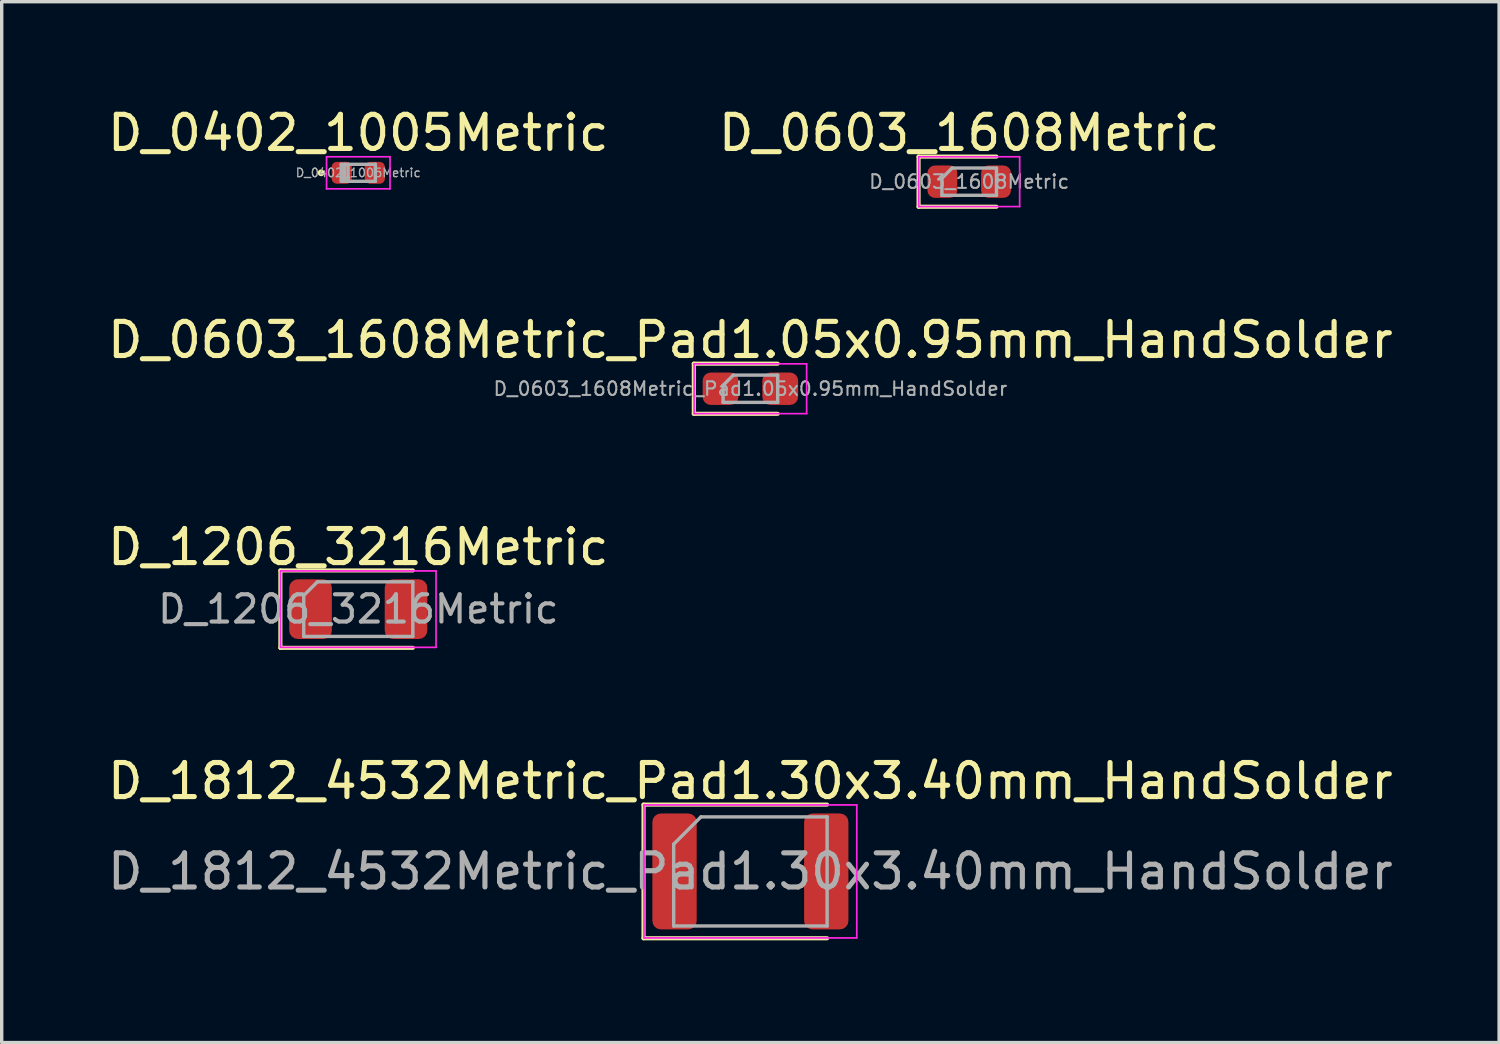
<source format=kicad_pcb>
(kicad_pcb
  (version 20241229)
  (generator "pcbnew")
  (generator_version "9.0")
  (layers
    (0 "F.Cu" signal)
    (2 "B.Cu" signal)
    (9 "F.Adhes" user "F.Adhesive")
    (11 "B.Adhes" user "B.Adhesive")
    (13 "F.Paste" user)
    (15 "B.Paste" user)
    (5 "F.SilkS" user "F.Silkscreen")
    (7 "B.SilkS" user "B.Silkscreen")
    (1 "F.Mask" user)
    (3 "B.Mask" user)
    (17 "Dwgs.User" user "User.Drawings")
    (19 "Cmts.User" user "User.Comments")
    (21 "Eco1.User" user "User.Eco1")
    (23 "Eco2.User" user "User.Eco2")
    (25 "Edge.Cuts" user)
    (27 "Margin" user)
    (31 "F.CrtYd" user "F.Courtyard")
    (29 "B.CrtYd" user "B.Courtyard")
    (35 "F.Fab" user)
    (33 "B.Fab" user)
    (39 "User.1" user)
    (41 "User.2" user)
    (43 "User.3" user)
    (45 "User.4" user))
  (footprint "D_1812_4532Metric_Pad1.30x3.40mm_HandSolder"
    (layer "F.Cu")
    (at 18.958 22.508)
    (property "Reference" "D_1812_4532Metric_Pad1.30x3.40mm_HandSolder" (at 0 -2.65 0) (layer "F.SilkS") (effects (font (size 1 1) (thickness 0.15))))
    (attr smd)
    (fp_line (start -3.135 -1.96) (end -3.135 1.96) (stroke (width 0.12) (type solid)) (layer "F.SilkS"))
    (fp_line (start -3.135 1.96) (end 2.25 1.96) (stroke (width 0.12) (type solid)) (layer "F.SilkS"))
    (fp_line (start 2.25 -1.96) (end -3.135 -1.96) (stroke (width 0.12) (type solid)) (layer "F.SilkS"))
    (fp_line (start -3.12 -1.95) (end 3.12 -1.95) (stroke (width 0.05) (type solid)) (layer "F.CrtYd"))
    (fp_line (start -3.12 1.95) (end -3.12 -1.95) (stroke (width 0.05) (type solid)) (layer "F.CrtYd"))
    (fp_line (start 3.12 -1.95) (end 3.12 1.95) (stroke (width 0.05) (type solid)) (layer "F.CrtYd"))
    (fp_line (start 3.12 1.95) (end -3.12 1.95) (stroke (width 0.05) (type solid)) (layer "F.CrtYd"))
    (fp_line (start -2.25 -0.8) (end -2.25 1.6) (stroke (width 0.1) (type solid)) (layer "F.Fab"))
    (fp_line (start -2.25 1.6) (end 2.25 1.6) (stroke (width 0.1) (type solid)) (layer "F.Fab"))
    (fp_line (start -1.45 -1.6) (end -2.25 -0.8) (stroke (width 0.1) (type solid)) (layer "F.Fab"))
    (fp_line (start 2.25 -1.6) (end -1.45 -1.6) (stroke (width 0.1) (type solid)) (layer "F.Fab"))
    (fp_line (start 2.25 1.6) (end 2.25 -1.6) (stroke (width 0.1) (type solid)) (layer "F.Fab"))
    (fp_text user "${REFERENCE}" (at 0 0 0) (layer "F.Fab") (effects (font (size 1 1) (thickness 0.15))))
    (pad "1" smd roundrect (at -2.225 0) (size 1.3 3.4) (layers "F.Cu" "F.Mask" "F.Paste") (roundrect_rratio 0.192))
    (pad "2" smd roundrect (at 2.225 0) (size 1.3 3.4) (layers "F.Cu" "F.Mask" "F.Paste") (roundrect_rratio 0.192)))
  (footprint "D_0603_1608Metric_Pad1.05x0.95mm_HandSolder"
    (layer "F.Cu")
    (at 18.958 8.351)
    (property "Reference" "D_0603_1608Metric_Pad1.05x0.95mm_HandSolder" (at 0 -1.43 0) (layer "F.SilkS") (effects (font (size 1 1) (thickness 0.15))))
    (attr smd)
    (fp_line (start -1.66 -0.735) (end -1.66 0.735) (stroke (width 0.12) (type solid)) (layer "F.SilkS"))
    (fp_line (start -1.66 0.735) (end 0.8 0.735) (stroke (width 0.12) (type solid)) (layer "F.SilkS"))
    (fp_line (start 0.8 -0.735) (end -1.66 -0.735) (stroke (width 0.12) (type solid)) (layer "F.SilkS"))
    (fp_line (start -1.65 -0.73) (end 1.65 -0.73) (stroke (width 0.05) (type solid)) (layer "F.CrtYd"))
    (fp_line (start -1.65 0.73) (end -1.65 -0.73) (stroke (width 0.05) (type solid)) (layer "F.CrtYd"))
    (fp_line (start 1.65 -0.73) (end 1.65 0.73) (stroke (width 0.05) (type solid)) (layer "F.CrtYd"))
    (fp_line (start 1.65 0.73) (end -1.65 0.73) (stroke (width 0.05) (type solid)) (layer "F.CrtYd"))
    (fp_line (start -0.8 -0.1) (end -0.8 0.4) (stroke (width 0.1) (type solid)) (layer "F.Fab"))
    (fp_line (start -0.8 0.4) (end 0.8 0.4) (stroke (width 0.1) (type solid)) (layer "F.Fab"))
    (fp_line (start -0.5 -0.4) (end -0.8 -0.1) (stroke (width 0.1) (type solid)) (layer "F.Fab"))
    (fp_line (start 0.8 -0.4) (end -0.5 -0.4) (stroke (width 0.1) (type solid)) (layer "F.Fab"))
    (fp_line (start 0.8 0.4) (end 0.8 -0.4) (stroke (width 0.1) (type solid)) (layer "F.Fab"))
    (fp_text user "${REFERENCE}" (at 0 0 0) (layer "F.Fab") (effects (font (size 0.4 0.4) (thickness 0.06))))
    (pad "1" smd roundrect (at -0.875 0) (size 1.05 0.95) (layers "F.Cu" "F.Mask" "F.Paste") (roundrect_rratio 0.25))
    (pad "2" smd roundrect (at 0.875 0) (size 1.05 0.95) (layers "F.Cu" "F.Mask" "F.Paste") (roundrect_rratio 0.25)))
  (footprint "D_0603_1608Metric"
    (layer "F.Cu")
    (at 25.375 2.278)
    (property "Reference" "D_0603_1608Metric" (at 0 -1.43 0) (layer "F.SilkS") (effects (font (size 1 1) (thickness 0.15))))
    (attr smd)
    (fp_line (start -1.485 -0.735) (end -1.485 0.735) (stroke (width 0.12) (type solid)) (layer "F.SilkS"))
    (fp_line (start -1.485 0.735) (end 0.8 0.735) (stroke (width 0.12) (type solid)) (layer "F.SilkS"))
    (fp_line (start 0.8 -0.735) (end -1.485 -0.735) (stroke (width 0.12) (type solid)) (layer "F.SilkS"))
    (fp_line (start -1.48 -0.73) (end 1.48 -0.73) (stroke (width 0.05) (type solid)) (layer "F.CrtYd"))
    (fp_line (start -1.48 0.73) (end -1.48 -0.73) (stroke (width 0.05) (type solid)) (layer "F.CrtYd"))
    (fp_line (start 1.48 -0.73) (end 1.48 0.73) (stroke (width 0.05) (type solid)) (layer "F.CrtYd"))
    (fp_line (start 1.48 0.73) (end -1.48 0.73) (stroke (width 0.05) (type solid)) (layer "F.CrtYd"))
    (fp_line (start -0.8 -0.1) (end -0.8 0.4) (stroke (width 0.1) (type solid)) (layer "F.Fab"))
    (fp_line (start -0.8 0.4) (end 0.8 0.4) (stroke (width 0.1) (type solid)) (layer "F.Fab"))
    (fp_line (start -0.5 -0.4) (end -0.8 -0.1) (stroke (width 0.1) (type solid)) (layer "F.Fab"))
    (fp_line (start 0.8 -0.4) (end -0.5 -0.4) (stroke (width 0.1) (type solid)) (layer "F.Fab"))
    (fp_line (start 0.8 0.4) (end 0.8 -0.4) (stroke (width 0.1) (type solid)) (layer "F.Fab"))
    (fp_text user "${REFERENCE}" (at 0 0 0) (layer "F.Fab") (effects (font (size 0.4 0.4) (thickness 0.06))))
    (pad "1" smd roundrect (at -0.787 0) (size 0.875 0.95) (layers "F.Cu" "F.Mask" "F.Paste") (roundrect_rratio 0.25))
    (pad "2" smd roundrect (at 0.787 0) (size 0.875 0.95) (layers "F.Cu" "F.Mask" "F.Paste") (roundrect_rratio 0.25)))
  (footprint "D_1206_3216Metric"
    (layer "F.Cu")
    (at 7.458 14.815)
    (property "Reference" "D_1206_3216Metric" (at 0 -1.82 0) (layer "F.SilkS") (effects (font (size 1 1) (thickness 0.15))))
    (attr smd)
    (fp_line (start -2.285 -1.135) (end -2.285 1.135) (stroke (width 0.12) (type solid)) (layer "F.SilkS"))
    (fp_line (start -2.285 1.135) (end 1.6 1.135) (stroke (width 0.12) (type solid)) (layer "F.SilkS"))
    (fp_line (start 1.6 -1.135) (end -2.285 -1.135) (stroke (width 0.12) (type solid)) (layer "F.SilkS"))
    (fp_line (start -2.28 -1.12) (end 2.28 -1.12) (stroke (width 0.05) (type solid)) (layer "F.CrtYd"))
    (fp_line (start -2.28 1.12) (end -2.28 -1.12) (stroke (width 0.05) (type solid)) (layer "F.CrtYd"))
    (fp_line (start 2.28 -1.12) (end 2.28 1.12) (stroke (width 0.05) (type solid)) (layer "F.CrtYd"))
    (fp_line (start 2.28 1.12) (end -2.28 1.12) (stroke (width 0.05) (type solid)) (layer "F.CrtYd"))
    (fp_line (start -1.6 -0.4) (end -1.6 0.8) (stroke (width 0.1) (type solid)) (layer "F.Fab"))
    (fp_line (start -1.6 0.8) (end 1.6 0.8) (stroke (width 0.1) (type solid)) (layer "F.Fab"))
    (fp_line (start -1.2 -0.8) (end -1.6 -0.4) (stroke (width 0.1) (type solid)) (layer "F.Fab"))
    (fp_line (start 1.6 -0.8) (end -1.2 -0.8) (stroke (width 0.1) (type solid)) (layer "F.Fab"))
    (fp_line (start 1.6 0.8) (end 1.6 -0.8) (stroke (width 0.1) (type solid)) (layer "F.Fab"))
    (fp_text user "${REFERENCE}" (at 0 0 0) (layer "F.Fab") (effects (font (size 0.8 0.8) (thickness 0.12))))
    (pad "1" smd roundrect (at -1.4 0) (size 1.25 1.75) (layers "F.Cu" "F.Mask" "F.Paste") (roundrect_rratio 0.2))
    (pad "2" smd roundrect (at 1.4 0) (size 1.25 1.75) (layers "F.Cu" "F.Mask" "F.Paste") (roundrect_rratio 0.2)))
  (footprint "D_0402_1005Metric"
    (layer "F.Cu")
    (at 7.458 2.018)
    (property "Reference" "D_0402_1005Metric" (at 0 -1.17 0) (layer "F.SilkS") (effects (font (size 1 1) (thickness 0.15))))
    (attr smd)
    (fp_circle (center -1.09 0) (end -1.04 0) (stroke (width 0.1) (type solid)) (fill no) (layer "F.SilkS"))
    (fp_line (start -0.93 -0.47) (end 0.93 -0.47) (stroke (width 0.05) (type solid)) (layer "F.CrtYd"))
    (fp_line (start -0.93 0.47) (end -0.93 -0.47) (stroke (width 0.05) (type solid)) (layer "F.CrtYd"))
    (fp_line (start 0.93 -0.47) (end 0.93 0.47) (stroke (width 0.05) (type solid)) (layer "F.CrtYd"))
    (fp_line (start 0.93 0.47) (end -0.93 0.47) (stroke (width 0.05) (type solid)) (layer "F.CrtYd"))
    (fp_line (start -0.5 -0.25) (end 0.5 -0.25) (stroke (width 0.1) (type solid)) (layer "F.Fab"))
    (fp_line (start -0.5 0.25) (end -0.5 -0.25) (stroke (width 0.1) (type solid)) (layer "F.Fab"))
    (fp_line (start -0.4 0.25) (end -0.4 -0.25) (stroke (width 0.1) (type solid)) (layer "F.Fab"))
    (fp_line (start -0.3 0.25) (end -0.3 -0.25) (stroke (width 0.1) (type solid)) (layer "F.Fab"))
    (fp_line (start 0.5 -0.25) (end 0.5 0.25) (stroke (width 0.1) (type solid)) (layer "F.Fab"))
    (fp_line (start 0.5 0.25) (end -0.5 0.25) (stroke (width 0.1) (type solid)) (layer "F.Fab"))
    (fp_text user "${REFERENCE}" (at 0 0 0) (layer "F.Fab") (effects (font (size 0.25 0.25) (thickness 0.04))))
    (pad "1" smd roundrect (at -0.485 0) (size 0.59 0.64) (layers "F.Cu" "F.Mask" "F.Paste") (roundrect_rratio 0.25))
    (pad "2" smd roundrect (at 0.485 0) (size 0.59 0.64) (layers "F.Cu" "F.Mask" "F.Paste") (roundrect_rratio 0.25)))
  (gr_rect
    (start -3 -3)
    (end 40.917 27.528)
    (stroke (width 0.1) (type default))
    (fill no)
    (layer "Edge.Cuts")))
</source>
